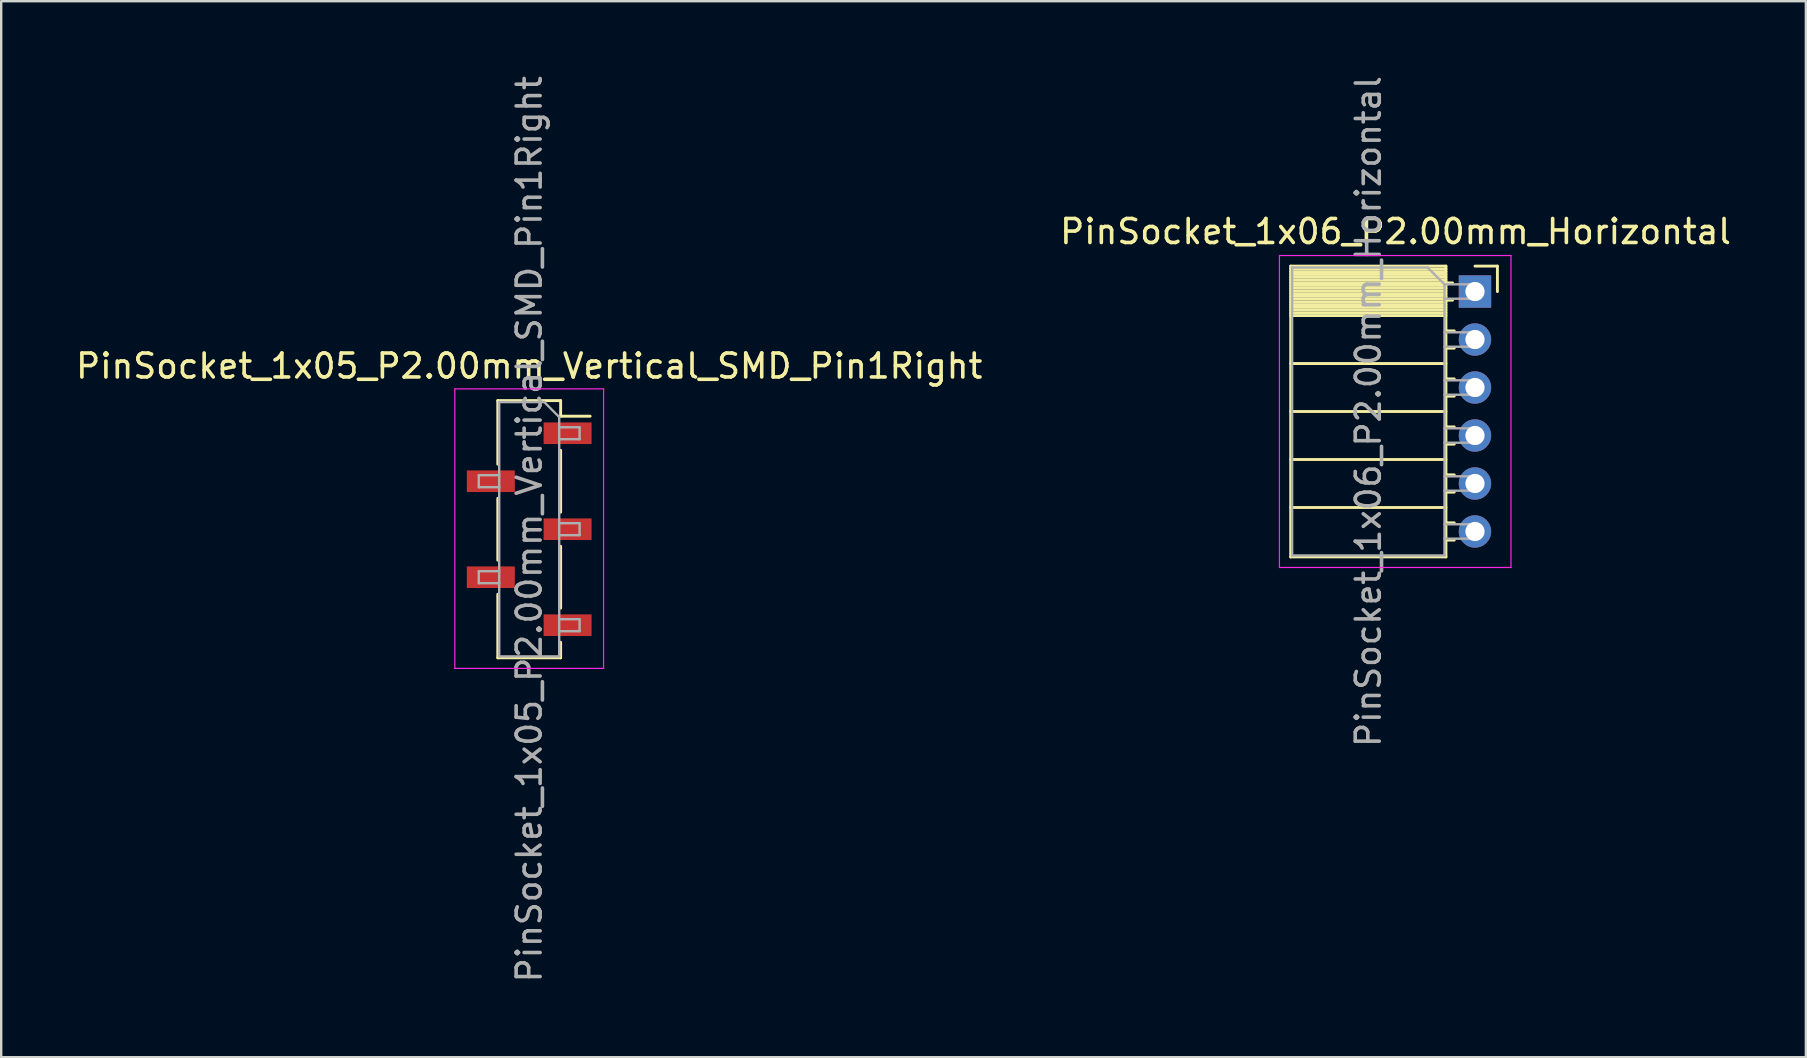
<source format=kicad_pcb>
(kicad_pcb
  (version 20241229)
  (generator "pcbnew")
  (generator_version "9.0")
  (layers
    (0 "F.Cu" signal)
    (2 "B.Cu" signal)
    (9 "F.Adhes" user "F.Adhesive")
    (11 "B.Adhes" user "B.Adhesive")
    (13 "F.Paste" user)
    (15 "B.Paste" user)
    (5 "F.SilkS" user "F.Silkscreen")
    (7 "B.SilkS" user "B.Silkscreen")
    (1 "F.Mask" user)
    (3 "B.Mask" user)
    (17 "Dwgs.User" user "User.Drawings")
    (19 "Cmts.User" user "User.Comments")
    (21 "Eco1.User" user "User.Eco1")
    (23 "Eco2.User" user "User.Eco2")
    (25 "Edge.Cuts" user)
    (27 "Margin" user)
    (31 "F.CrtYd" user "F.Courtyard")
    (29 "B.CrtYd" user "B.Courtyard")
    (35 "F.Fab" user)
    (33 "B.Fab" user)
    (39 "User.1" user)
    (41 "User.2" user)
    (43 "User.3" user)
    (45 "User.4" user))
  (footprint "PinSocket_1x06_P2.00mm_Horizontal"
    (layer "F.Cu")
    (at 58.423 9.101)
    (property "Reference" "PinSocket_1x06_P2.00mm_Horizontal" (at -3.31 -2.5 0) (layer "F.SilkS") (effects (font (size 1 1) (thickness 0.15))))
    (attr through_hole)
    (fp_line (start -7.68 -1.06) (end -7.68 11.06) (stroke (width 0.12) (type solid)) (layer "F.SilkS"))
    (fp_line (start -7.68 -1.06) (end -1.21 -1.06) (stroke (width 0.12) (type solid)) (layer "F.SilkS"))
    (fp_line (start -7.68 -0.94) (end -1.21 -0.94) (stroke (width 0.12) (type solid)) (layer "F.SilkS"))
    (fp_line (start -7.68 -0.826) (end -1.21 -0.826) (stroke (width 0.12) (type solid)) (layer "F.SilkS"))
    (fp_line (start -7.68 -0.712) (end -1.21 -0.712) (stroke (width 0.12) (type solid)) (layer "F.SilkS"))
    (fp_line (start -7.68 -0.598) (end -1.21 -0.598) (stroke (width 0.12) (type solid)) (layer "F.SilkS"))
    (fp_line (start -7.68 -0.484) (end -1.21 -0.484) (stroke (width 0.12) (type solid)) (layer "F.SilkS"))
    (fp_line (start -7.68 -0.369) (end -1.21 -0.369) (stroke (width 0.12) (type solid)) (layer "F.SilkS"))
    (fp_line (start -7.68 -0.255) (end -1.21 -0.255) (stroke (width 0.12) (type solid)) (layer "F.SilkS"))
    (fp_line (start -7.68 -0.141) (end -1.21 -0.141) (stroke (width 0.12) (type solid)) (layer "F.SilkS"))
    (fp_line (start -7.68 -0.027) (end -1.21 -0.027) (stroke (width 0.12) (type solid)) (layer "F.SilkS"))
    (fp_line (start -7.68 0.087) (end -1.21 0.087) (stroke (width 0.12) (type solid)) (layer "F.SilkS"))
    (fp_line (start -7.68 0.201) (end -1.21 0.201) (stroke (width 0.12) (type solid)) (layer "F.SilkS"))
    (fp_line (start -7.68 0.315) (end -1.21 0.315) (stroke (width 0.12) (type solid)) (layer "F.SilkS"))
    (fp_line (start -7.68 0.429) (end -1.21 0.429) (stroke (width 0.12) (type solid)) (layer "F.SilkS"))
    (fp_line (start -7.68 0.544) (end -1.21 0.544) (stroke (width 0.12) (type solid)) (layer "F.SilkS"))
    (fp_line (start -7.68 0.658) (end -1.21 0.658) (stroke (width 0.12) (type solid)) (layer "F.SilkS"))
    (fp_line (start -7.68 0.772) (end -1.21 0.772) (stroke (width 0.12) (type solid)) (layer "F.SilkS"))
    (fp_line (start -7.68 0.886) (end -1.21 0.886) (stroke (width 0.12) (type solid)) (layer "F.SilkS"))
    (fp_line (start -7.68 1) (end -1.21 1) (stroke (width 0.12) (type solid)) (layer "F.SilkS"))
    (fp_line (start -7.68 3) (end -1.21 3) (stroke (width 0.12) (type solid)) (layer "F.SilkS"))
    (fp_line (start -7.68 5) (end -1.21 5) (stroke (width 0.12) (type solid)) (layer "F.SilkS"))
    (fp_line (start -7.68 7) (end -1.21 7) (stroke (width 0.12) (type solid)) (layer "F.SilkS"))
    (fp_line (start -7.68 9) (end -1.21 9) (stroke (width 0.12) (type solid)) (layer "F.SilkS"))
    (fp_line (start -7.68 11.06) (end -1.21 11.06) (stroke (width 0.12) (type solid)) (layer "F.SilkS"))
    (fp_line (start -1.21 -1.06) (end -1.21 11.06) (stroke (width 0.12) (type solid)) (layer "F.SilkS"))
    (fp_line (start -1.21 -0.36) (end -0.935 -0.36) (stroke (width 0.12) (type solid)) (layer "F.SilkS"))
    (fp_line (start -1.21 0.36) (end -0.935 0.36) (stroke (width 0.12) (type solid)) (layer "F.SilkS"))
    (fp_line (start -1.21 1.64) (end -0.863 1.64) (stroke (width 0.12) (type solid)) (layer "F.SilkS"))
    (fp_line (start -1.21 2.36) (end -0.863 2.36) (stroke (width 0.12) (type solid)) (layer "F.SilkS"))
    (fp_line (start -1.21 3.64) (end -0.863 3.64) (stroke (width 0.12) (type solid)) (layer "F.SilkS"))
    (fp_line (start -1.21 4.36) (end -0.863 4.36) (stroke (width 0.12) (type solid)) (layer "F.SilkS"))
    (fp_line (start -1.21 5.64) (end -0.863 5.64) (stroke (width 0.12) (type solid)) (layer "F.SilkS"))
    (fp_line (start -1.21 6.36) (end -0.863 6.36) (stroke (width 0.12) (type solid)) (layer "F.SilkS"))
    (fp_line (start -1.21 7.64) (end -0.863 7.64) (stroke (width 0.12) (type solid)) (layer "F.SilkS"))
    (fp_line (start -1.21 8.36) (end -0.863 8.36) (stroke (width 0.12) (type solid)) (layer "F.SilkS"))
    (fp_line (start -1.21 9.64) (end -0.863 9.64) (stroke (width 0.12) (type solid)) (layer "F.SilkS"))
    (fp_line (start -1.21 10.36) (end -0.863 10.36) (stroke (width 0.12) (type solid)) (layer "F.SilkS"))
    (fp_line (start 0 -1.06) (end 0.935 -1.06) (stroke (width 0.12) (type solid)) (layer "F.SilkS"))
    (fp_line (start 0.935 -1.06) (end 0.935 0) (stroke (width 0.12) (type solid)) (layer "F.SilkS"))
    (fp_line (start -8.15 -1.5) (end -8.15 11.5) (stroke (width 0.05) (type solid)) (layer "F.CrtYd"))
    (fp_line (start -8.15 11.5) (end 1.5 11.5) (stroke (width 0.05) (type solid)) (layer "F.CrtYd"))
    (fp_line (start 1.5 -1.5) (end -8.15 -1.5) (stroke (width 0.05) (type solid)) (layer "F.CrtYd"))
    (fp_line (start 1.5 11.5) (end 1.5 -1.5) (stroke (width 0.05) (type solid)) (layer "F.CrtYd"))
    (fp_line (start -7.62 -1) (end -1.97 -1) (stroke (width 0.1) (type solid)) (layer "F.Fab"))
    (fp_line (start -7.62 11) (end -7.62 -1) (stroke (width 0.1) (type solid)) (layer "F.Fab"))
    (fp_line (start -1.97 -1) (end -1.27 -0.3) (stroke (width 0.1) (type solid)) (layer "F.Fab"))
    (fp_line (start -1.27 -0.3) (end -1.27 11) (stroke (width 0.1) (type solid)) (layer "F.Fab"))
    (fp_line (start -1.27 0.3) (end 0 0.3) (stroke (width 0.1) (type solid)) (layer "F.Fab"))
    (fp_line (start -1.27 2.3) (end 0 2.3) (stroke (width 0.1) (type solid)) (layer "F.Fab"))
    (fp_line (start -1.27 4.3) (end 0 4.3) (stroke (width 0.1) (type solid)) (layer "F.Fab"))
    (fp_line (start -1.27 6.3) (end 0 6.3) (stroke (width 0.1) (type solid)) (layer "F.Fab"))
    (fp_line (start -1.27 8.3) (end 0 8.3) (stroke (width 0.1) (type solid)) (layer "F.Fab"))
    (fp_line (start -1.27 10.3) (end 0 10.3) (stroke (width 0.1) (type solid)) (layer "F.Fab"))
    (fp_line (start -1.27 11) (end -7.62 11) (stroke (width 0.1) (type solid)) (layer "F.Fab"))
    (fp_line (start 0 -0.3) (end -1.27 -0.3) (stroke (width 0.1) (type solid)) (layer "F.Fab"))
    (fp_line (start 0 0.3) (end 0 -0.3) (stroke (width 0.1) (type solid)) (layer "F.Fab"))
    (fp_line (start 0 1.7) (end -1.27 1.7) (stroke (width 0.1) (type solid)) (layer "F.Fab"))
    (fp_line (start 0 2.3) (end 0 1.7) (stroke (width 0.1) (type solid)) (layer "F.Fab"))
    (fp_line (start 0 3.7) (end -1.27 3.7) (stroke (width 0.1) (type solid)) (layer "F.Fab"))
    (fp_line (start 0 4.3) (end 0 3.7) (stroke (width 0.1) (type solid)) (layer "F.Fab"))
    (fp_line (start 0 5.7) (end -1.27 5.7) (stroke (width 0.1) (type solid)) (layer "F.Fab"))
    (fp_line (start 0 6.3) (end 0 5.7) (stroke (width 0.1) (type solid)) (layer "F.Fab"))
    (fp_line (start 0 7.7) (end -1.27 7.7) (stroke (width 0.1) (type solid)) (layer "F.Fab"))
    (fp_line (start 0 8.3) (end 0 7.7) (stroke (width 0.1) (type solid)) (layer "F.Fab"))
    (fp_line (start 0 9.7) (end -1.27 9.7) (stroke (width 0.1) (type solid)) (layer "F.Fab"))
    (fp_line (start 0 10.3) (end 0 9.7) (stroke (width 0.1) (type solid)) (layer "F.Fab"))
    (fp_text user "${REFERENCE}" (at -4.445 5 90) (layer "F.Fab") (effects (font (size 1 1) (thickness 0.15))))
    (pad "1" thru_hole rect (at 0 0) (size 1.35 1.35) (drill 0.8) (layers "*.Cu" "*.Mask"))
    (pad "2" thru_hole oval (at 0 2) (size 1.35 1.35) (drill 0.8) (layers "*.Cu" "*.Mask"))
    (pad "3" thru_hole oval (at 0 4) (size 1.35 1.35) (drill 0.8) (layers "*.Cu" "*.Mask"))
    (pad "4" thru_hole oval (at 0 6) (size 1.35 1.35) (drill 0.8) (layers "*.Cu" "*.Mask"))
    (pad "5" thru_hole oval (at 0 8) (size 1.35 1.35) (drill 0.8) (layers "*.Cu" "*.Mask"))
    (pad "6" thru_hole oval (at 0 10) (size 1.35 1.35) (drill 0.8) (layers "*.Cu" "*.Mask")))
  (footprint "PinSocket_1x05_P2.00mm_Vertical_SMD_Pin1Right"
    (layer "F.Cu")
    (at 19.006 19.006)
    (property "Reference" "PinSocket_1x05_P2.00mm_Vertical_SMD_Pin1Right" (at 0 -6.8 0) (layer "F.SilkS") (effects (font (size 1 1) (thickness 0.15))))
    (attr smd)
    (fp_line (start -1.31 -5.36) (end -1.31 -2.71) (stroke (width 0.12) (type solid)) (layer "F.SilkS"))
    (fp_line (start -1.31 -5.36) (end 1.31 -5.36) (stroke (width 0.12) (type solid)) (layer "F.SilkS"))
    (fp_line (start -1.31 -1.29) (end -1.31 1.29) (stroke (width 0.12) (type solid)) (layer "F.SilkS"))
    (fp_line (start -1.31 2.71) (end -1.31 5.36) (stroke (width 0.12) (type solid)) (layer "F.SilkS"))
    (fp_line (start -1.31 5.36) (end 1.31 5.36) (stroke (width 0.12) (type solid)) (layer "F.SilkS"))
    (fp_line (start 1.31 -5.36) (end 1.31 -4.71) (stroke (width 0.12) (type solid)) (layer "F.SilkS"))
    (fp_line (start 1.31 -4.71) (end 2.54 -4.71) (stroke (width 0.12) (type solid)) (layer "F.SilkS"))
    (fp_line (start 1.31 -3.29) (end 1.31 -0.71) (stroke (width 0.12) (type solid)) (layer "F.SilkS"))
    (fp_line (start 1.31 0.71) (end 1.31 3.29) (stroke (width 0.12) (type solid)) (layer "F.SilkS"))
    (fp_line (start 1.31 4.71) (end 1.31 5.36) (stroke (width 0.12) (type solid)) (layer "F.SilkS"))
    (fp_line (start -3.1 -5.85) (end 3.1 -5.85) (stroke (width 0.05) (type solid)) (layer "F.CrtYd"))
    (fp_line (start -3.1 5.8) (end -3.1 -5.85) (stroke (width 0.05) (type solid)) (layer "F.CrtYd"))
    (fp_line (start 3.1 -5.85) (end 3.1 5.8) (stroke (width 0.05) (type solid)) (layer "F.CrtYd"))
    (fp_line (start 3.1 5.8) (end -3.1 5.8) (stroke (width 0.05) (type solid)) (layer "F.CrtYd"))
    (fp_line (start -2.1 -2.25) (end -1.25 -2.25) (stroke (width 0.1) (type solid)) (layer "F.Fab"))
    (fp_line (start -2.1 -1.75) (end -2.1 -2.25) (stroke (width 0.1) (type solid)) (layer "F.Fab"))
    (fp_line (start -2.1 1.75) (end -1.25 1.75) (stroke (width 0.1) (type solid)) (layer "F.Fab"))
    (fp_line (start -2.1 2.25) (end -2.1 1.75) (stroke (width 0.1) (type solid)) (layer "F.Fab"))
    (fp_line (start -1.25 -5.3) (end 0.625 -5.3) (stroke (width 0.1) (type solid)) (layer "F.Fab"))
    (fp_line (start -1.25 -1.75) (end -2.1 -1.75) (stroke (width 0.1) (type solid)) (layer "F.Fab"))
    (fp_line (start -1.25 2.25) (end -2.1 2.25) (stroke (width 0.1) (type solid)) (layer "F.Fab"))
    (fp_line (start -1.25 5.3) (end -1.25 -5.3) (stroke (width 0.1) (type solid)) (layer "F.Fab"))
    (fp_line (start 0.625 -5.3) (end 1.25 -4.675) (stroke (width 0.1) (type solid)) (layer "F.Fab"))
    (fp_line (start 1.25 -4.675) (end 1.25 5.3) (stroke (width 0.1) (type solid)) (layer "F.Fab"))
    (fp_line (start 1.25 -4.25) (end 2.1 -4.25) (stroke (width 0.1) (type solid)) (layer "F.Fab"))
    (fp_line (start 1.25 -0.25) (end 2.1 -0.25) (stroke (width 0.1) (type solid)) (layer "F.Fab"))
    (fp_line (start 1.25 3.75) (end 2.1 3.75) (stroke (width 0.1) (type solid)) (layer "F.Fab"))
    (fp_line (start 1.25 5.3) (end -1.25 5.3) (stroke (width 0.1) (type solid)) (layer "F.Fab"))
    (fp_line (start 2.1 -4.25) (end 2.1 -3.75) (stroke (width 0.1) (type solid)) (layer "F.Fab"))
    (fp_line (start 2.1 -3.75) (end 1.25 -3.75) (stroke (width 0.1) (type solid)) (layer "F.Fab"))
    (fp_line (start 2.1 -0.25) (end 2.1 0.25) (stroke (width 0.1) (type solid)) (layer "F.Fab"))
    (fp_line (start 2.1 0.25) (end 1.25 0.25) (stroke (width 0.1) (type solid)) (layer "F.Fab"))
    (fp_line (start 2.1 3.75) (end 2.1 4.25) (stroke (width 0.1) (type solid)) (layer "F.Fab"))
    (fp_line (start 2.1 4.25) (end 1.25 4.25) (stroke (width 0.1) (type solid)) (layer "F.Fab"))
    (fp_text user "${REFERENCE}" (at 0 0 90) (layer "F.Fab") (effects (font (size 1 1) (thickness 0.15))))
    (pad "1" smd rect (at 1.6 -4) (size 2 0.9) (layers "F.Cu" "F.Mask" "F.Paste"))
    (pad "2" smd rect (at -1.6 -2) (size 2 0.9) (layers "F.Cu" "F.Mask" "F.Paste"))
    (pad "3" smd rect (at 1.6 0) (size 2 0.9) (layers "F.Cu" "F.Mask" "F.Paste"))
    (pad "4" smd rect (at -1.6 2) (size 2 0.9) (layers "F.Cu" "F.Mask" "F.Paste"))
    (pad "5" smd rect (at 1.6 4) (size 2 0.9) (layers "F.Cu" "F.Mask" "F.Paste")))
  (gr_rect
    (start -3 -3)
    (end 72.214 41.012)
    (stroke (width 0.1) (type default))
    (fill no)
    (layer "Edge.Cuts")))
</source>
